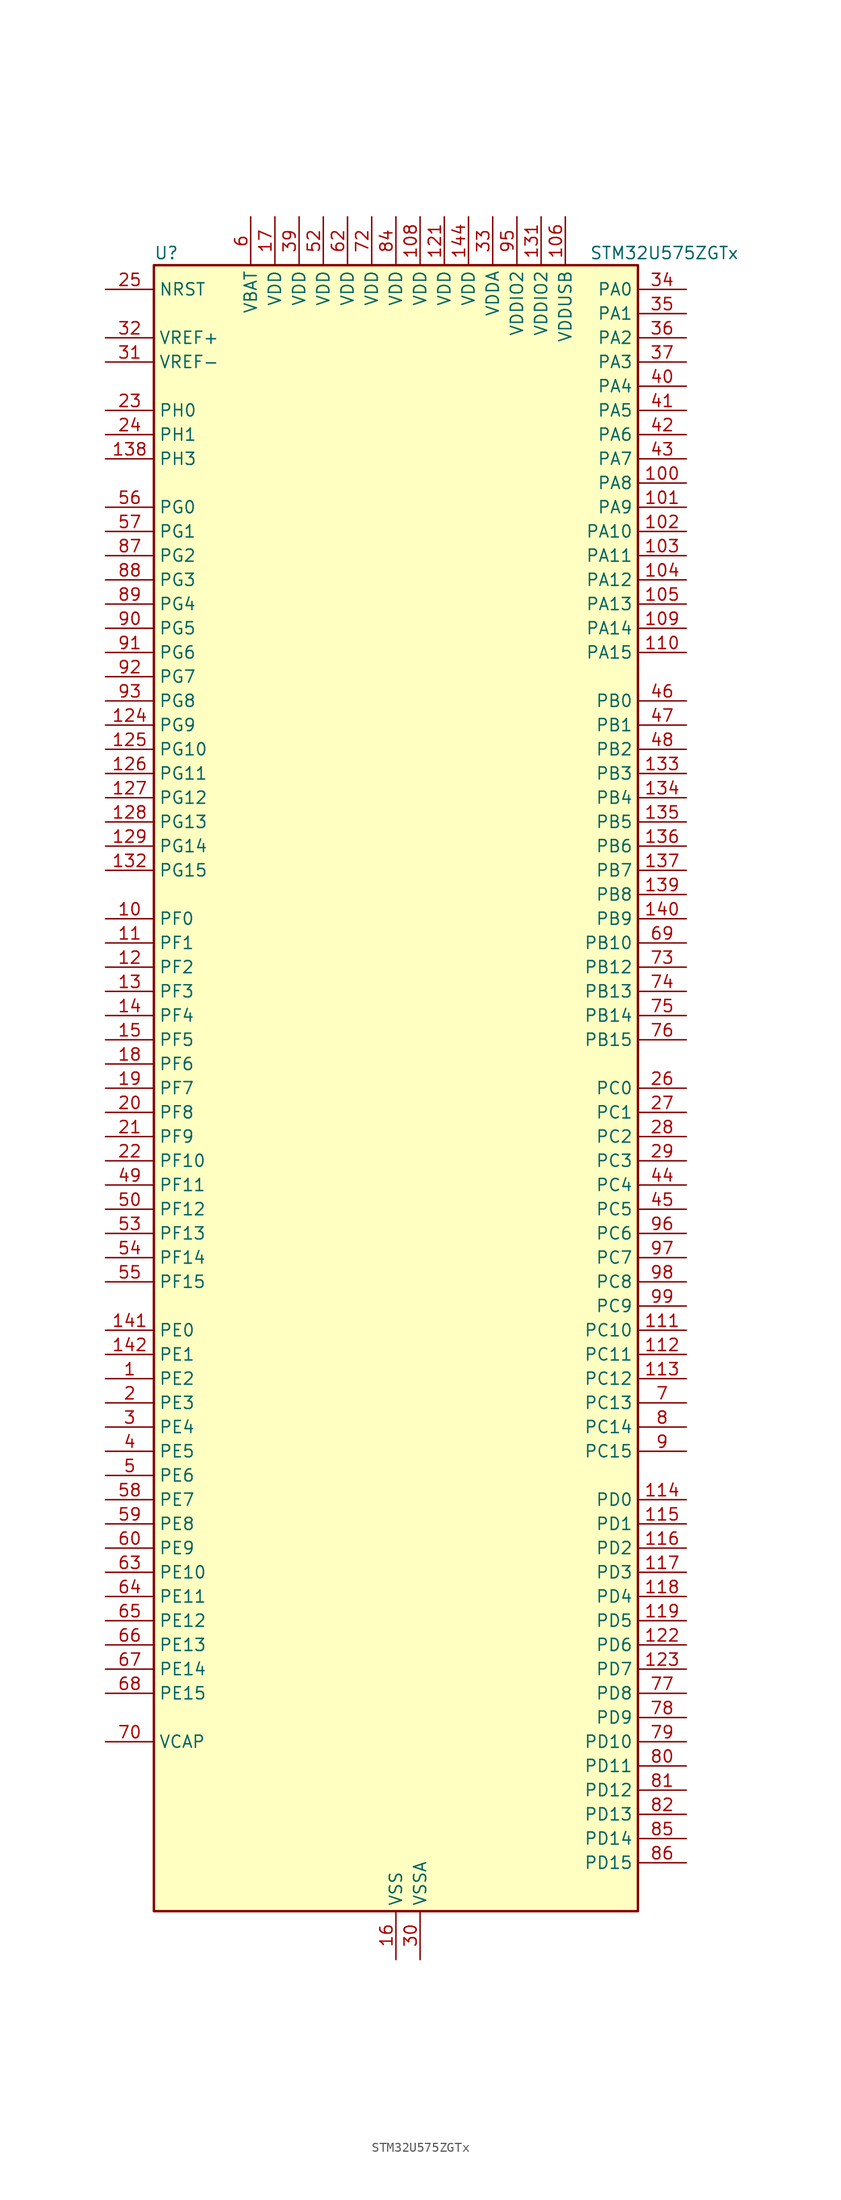
<source format=kicad_sym>
(kicad_symbol_lib
  (version 20220914)
  (generator kicad_symbol_editor)
  (symbol "STM32U575ZGTx"
    (property "Reference" "U"
      (at -25.4 87.63 0)
      (effects (font (size 1.27 1.27)) (justify left)))
    (property "Value" "STM32U575ZGTx"
      (at 20.32 87.63 0)
      (effects (font (size 1.27 1.27)) (justify left)))
    (property "ki_locked" ""
      (at 0 0 0)
      (effects (font (size 1.27 1.27))))
    (symbol "STM32U575ZGTx_0_1"
      (rectangle (start -25.4 -86.36) (end 25.4 86.36) (stroke (width 0.254) (type default)) (fill (type background))))
    (symbol "STM32U575ZGTx_1_1"
      (pin bidirectional line (at -30.48 -30.48 0) (length 5.08) (name "PE2" (effects (font (size 1.27 1.27)))) (number "1" (effects (font (size 1.27 1.27)))) (alternate "DEBUG_TRACECLK" bidirectional line) (alternate "FMC_A23" bidirectional line) (alternate "SAI1_CK1" bidirectional line) (alternate "SAI1_MCLK_A" bidirectional line) (alternate "TIM3_ETR" bidirectional line) (alternate "TSC_G7_IO1" bidirectional line))
      (pin bidirectional line (at -30.48 17.78 0) (length 5.08) (name "PF0" (effects (font (size 1.27 1.27)))) (number "10" (effects (font (size 1.27 1.27)))) (alternate "FMC_A0" bidirectional line) (alternate "I2C2_SDA" bidirectional line) (alternate "OCTOSPIM_P2_IO0" bidirectional line))
      (pin bidirectional line (at 30.48 63.5 180) (length 5.08) (name "PA8" (effects (font (size 1.27 1.27)))) (number "100" (effects (font (size 1.27 1.27)))) (alternate "DEBUG_TRACECLK" bidirectional line) (alternate "LPTIM2_CH1" bidirectional line) (alternate "RCC_MCO" bidirectional line) (alternate "SAI1_CK2" bidirectional line) (alternate "SAI1_SCK_A" bidirectional line) (alternate "SPI1_RDY" bidirectional line) (alternate "TIM1_CH1" bidirectional line) (alternate "USART1_CK" bidirectional line) (alternate "USB_OTG_FS_SOF" bidirectional line))
      (pin bidirectional line (at 30.48 60.96 180) (length 5.08) (name "PA9" (effects (font (size 1.27 1.27)))) (number "101" (effects (font (size 1.27 1.27)))) (alternate "DAC1_EXTI9" bidirectional line) (alternate "DCMI_D0" bidirectional line) (alternate "PSSI_D0" bidirectional line) (alternate "SAI1_FS_A" bidirectional line) (alternate "SPI2_SCK" bidirectional line) (alternate "TIM15_BKIN" bidirectional line) (alternate "TIM1_CH2" bidirectional line) (alternate "USART1_TX" bidirectional line) (alternate "USB_OTG_FS_VBUS" bidirectional line))
      (pin bidirectional line (at 30.48 58.42 180) (length 5.08) (name "PA10" (effects (font (size 1.27 1.27)))) (number "102" (effects (font (size 1.27 1.27)))) (alternate "CRS_SYNC" bidirectional line) (alternate "DCMI_D1" bidirectional line) (alternate "LPTIM2_IN2" bidirectional line) (alternate "PSSI_D1" bidirectional line) (alternate "SAI1_D1" bidirectional line) (alternate "SAI1_SD_A" bidirectional line) (alternate "TIM17_BKIN" bidirectional line) (alternate "TIM1_CH3" bidirectional line) (alternate "USART1_RX" bidirectional line) (alternate "USB_OTG_FS_ID" bidirectional line))
      (pin bidirectional line (at 30.48 55.88 180) (length 5.08) (name "PA11" (effects (font (size 1.27 1.27)))) (number "103" (effects (font (size 1.27 1.27)))) (alternate "ADC1_EXTI11" bidirectional line) (alternate "FDCAN1_RX" bidirectional line) (alternate "SPI1_MISO" bidirectional line) (alternate "TIM1_BKIN2" bidirectional line) (alternate "TIM1_CH4" bidirectional line) (alternate "USART1_CTS" bidirectional line) (alternate "USB_OTG_FS_DM" bidirectional line))
      (pin bidirectional line (at 30.48 53.34 180) (length 5.08) (name "PA12" (effects (font (size 1.27 1.27)))) (number "104" (effects (font (size 1.27 1.27)))) (alternate "FDCAN1_TX" bidirectional line) (alternate "OCTOSPIM_P2_NCS" bidirectional line) (alternate "SPI1_MOSI" bidirectional line) (alternate "TIM1_ETR" bidirectional line) (alternate "USART1_DE" bidirectional line) (alternate "USART1_RTS" bidirectional line) (alternate "USB_OTG_FS_DP" bidirectional line))
      (pin bidirectional line (at 30.48 50.8 180) (length 5.08) (name "PA13" (effects (font (size 1.27 1.27)))) (number "105" (effects (font (size 1.27 1.27)))) (alternate "DEBUG_JTMS-SWDIO" bidirectional line) (alternate "IR_OUT" bidirectional line) (alternate "SAI1_SD_B" bidirectional line) (alternate "USB_OTG_FS_NOE" bidirectional line))
      (pin power_in line (at 17.78 91.44 270) (length 5.08) (name "VDDUSB" (effects (font (size 1.27 1.27)))) (number "106" (effects (font (size 1.27 1.27)))))
      (pin passive line (at 0 -91.44 90) (length 5.08) hide (name "VSS" (effects (font (size 1.27 1.27)))) (number "107" (effects (font (size 1.27 1.27)))))
      (pin power_in line (at 2.54 91.44 270) (length 5.08) (name "VDD" (effects (font (size 1.27 1.27)))) (number "108" (effects (font (size 1.27 1.27)))))
      (pin bidirectional line (at 30.48 48.26 180) (length 5.08) (name "PA14" (effects (font (size 1.27 1.27)))) (number "109" (effects (font (size 1.27 1.27)))) (alternate "DEBUG_JTCK-SWCLK" bidirectional line) (alternate "I2C1_SMBA" bidirectional line) (alternate "I2C4_SMBA" bidirectional line) (alternate "LPTIM1_CH1" bidirectional line) (alternate "SAI1_FS_B" bidirectional line) (alternate "USB_OTG_FS_SOF" bidirectional line))
      (pin bidirectional line (at -30.48 15.24 0) (length 5.08) (name "PF1" (effects (font (size 1.27 1.27)))) (number "11" (effects (font (size 1.27 1.27)))) (alternate "FMC_A1" bidirectional line) (alternate "I2C2_SCL" bidirectional line) (alternate "OCTOSPIM_P2_IO1" bidirectional line))
      (pin bidirectional line (at 30.48 45.72 180) (length 5.08) (name "PA15" (effects (font (size 1.27 1.27)))) (number "110" (effects (font (size 1.27 1.27)))) (alternate "ADC1_EXTI15" bidirectional line) (alternate "ADC4_EXTI15" bidirectional line) (alternate "DEBUG_JTDI" bidirectional line) (alternate "SAI2_FS_B" bidirectional line) (alternate "SPI1_NSS" bidirectional line) (alternate "SPI3_NSS" bidirectional line) (alternate "TIM2_CH1" bidirectional line) (alternate "TIM2_ETR" bidirectional line) (alternate "UART4_DE" bidirectional line) (alternate "UART4_RTS" bidirectional line) (alternate "UCPD1_CC1" bidirectional line) (alternate "USART2_RX" bidirectional line) (alternate "USART3_DE" bidirectional line) (alternate "USART3_RTS" bidirectional line))
      (pin bidirectional line (at 30.48 -25.4 180) (length 5.08) (name "PC10" (effects (font (size 1.27 1.27)))) (number "111" (effects (font (size 1.27 1.27)))) (alternate "ADF1_CCK1" bidirectional line) (alternate "DCMI_D8" bidirectional line) (alternate "DEBUG_TRACED1" bidirectional line) (alternate "LPTIM3_ETR" bidirectional line) (alternate "PSSI_D8" bidirectional line) (alternate "SAI2_SCK_B" bidirectional line) (alternate "SDMMC1_D2" bidirectional line) (alternate "SPI3_SCK" bidirectional line) (alternate "TSC_G3_IO2" bidirectional line) (alternate "UART4_TX" bidirectional line) (alternate "USART3_TX" bidirectional line))
      (pin bidirectional line (at 30.48 -27.94 180) (length 5.08) (name "PC11" (effects (font (size 1.27 1.27)))) (number "112" (effects (font (size 1.27 1.27)))) (alternate "ADC1_EXTI11" bidirectional line) (alternate "ADF1_SDI0" bidirectional line) (alternate "DCMI_D2" bidirectional line) (alternate "DCMI_D4" bidirectional line) (alternate "LPTIM3_IN1" bidirectional line) (alternate "OCTOSPIM_P1_NCS" bidirectional line) (alternate "PSSI_D2" bidirectional line) (alternate "PSSI_D4" bidirectional line) (alternate "SAI2_MCLK_B" bidirectional line) (alternate "SDMMC1_D3" bidirectional line) (alternate "SPI3_MISO" bidirectional line) (alternate "TSC_G3_IO3" bidirectional line) (alternate "UART4_RX" bidirectional line) (alternate "UCPD1_FRSTX2" bidirectional line) (alternate "USART3_RX" bidirectional line))
      (pin bidirectional line (at 30.48 -30.48 180) (length 5.08) (name "PC12" (effects (font (size 1.27 1.27)))) (number "113" (effects (font (size 1.27 1.27)))) (alternate "DCMI_D9" bidirectional line) (alternate "DEBUG_TRACED3" bidirectional line) (alternate "PSSI_D9" bidirectional line) (alternate "SAI2_SD_B" bidirectional line) (alternate "SDMMC1_CK" bidirectional line) (alternate "SPI3_MOSI" bidirectional line) (alternate "TSC_G3_IO4" bidirectional line) (alternate "UART5_TX" bidirectional line) (alternate "USART3_CK" bidirectional line))
      (pin bidirectional line (at 30.48 -43.18 180) (length 5.08) (name "PD0" (effects (font (size 1.27 1.27)))) (number "114" (effects (font (size 1.27 1.27)))) (alternate "FDCAN1_RX" bidirectional line) (alternate "FMC_D2" bidirectional line) (alternate "FMC_DA2" bidirectional line) (alternate "SPI2_NSS" bidirectional line) (alternate "TIM8_CH4N" bidirectional line))
      (pin bidirectional line (at 30.48 -45.72 180) (length 5.08) (name "PD1" (effects (font (size 1.27 1.27)))) (number "115" (effects (font (size 1.27 1.27)))) (alternate "FDCAN1_TX" bidirectional line) (alternate "FMC_D3" bidirectional line) (alternate "FMC_DA3" bidirectional line) (alternate "SPI2_SCK" bidirectional line))
      (pin bidirectional line (at 30.48 -48.26 180) (length 5.08) (name "PD2" (effects (font (size 1.27 1.27)))) (number "116" (effects (font (size 1.27 1.27)))) (alternate "DCMI_D11" bidirectional line) (alternate "DEBUG_TRACED2" bidirectional line) (alternate "LPTIM4_ETR" bidirectional line) (alternate "PSSI_D11" bidirectional line) (alternate "SDMMC1_CMD" bidirectional line) (alternate "TIM3_ETR" bidirectional line) (alternate "TSC_SYNC" bidirectional line) (alternate "UART5_RX" bidirectional line) (alternate "USART3_DE" bidirectional line) (alternate "USART3_RTS" bidirectional line))
      (pin bidirectional line (at 30.48 -50.8 180) (length 5.08) (name "PD3" (effects (font (size 1.27 1.27)))) (number "117" (effects (font (size 1.27 1.27)))) (alternate "DCMI_D5" bidirectional line) (alternate "FMC_CLK" bidirectional line) (alternate "MDF1_SDI0" bidirectional line) (alternate "OCTOSPIM_P2_NCS" bidirectional line) (alternate "PSSI_D5" bidirectional line) (alternate "SPI2_MISO" bidirectional line) (alternate "SPI2_SCK" bidirectional line) (alternate "USART2_CTS" bidirectional line))
      (pin bidirectional line (at 30.48 -53.34 180) (length 5.08) (name "PD4" (effects (font (size 1.27 1.27)))) (number "118" (effects (font (size 1.27 1.27)))) (alternate "FMC_NOE" bidirectional line) (alternate "MDF1_CKI0" bidirectional line) (alternate "OCTOSPIM_P1_IO4" bidirectional line) (alternate "SPI2_MOSI" bidirectional line) (alternate "USART2_DE" bidirectional line) (alternate "USART2_RTS" bidirectional line))
      (pin bidirectional line (at 30.48 -55.88 180) (length 5.08) (name "PD5" (effects (font (size 1.27 1.27)))) (number "119" (effects (font (size 1.27 1.27)))) (alternate "FMC_NWE" bidirectional line) (alternate "OCTOSPIM_P1_IO5" bidirectional line) (alternate "SPI2_RDY" bidirectional line) (alternate "USART2_TX" bidirectional line))
      (pin bidirectional line (at -30.48 12.7 0) (length 5.08) (name "PF2" (effects (font (size 1.27 1.27)))) (number "12" (effects (font (size 1.27 1.27)))) (alternate "FMC_A2" bidirectional line) (alternate "I2C2_SMBA" bidirectional line) (alternate "LPTIM3_CH2" bidirectional line) (alternate "OCTOSPIM_P2_IO2" bidirectional line) (alternate "PWR_WKUP8" bidirectional line))
      (pin passive line (at 0 -91.44 90) (length 5.08) hide (name "VSS" (effects (font (size 1.27 1.27)))) (number "120" (effects (font (size 1.27 1.27)))))
      (pin power_in line (at 5.08 91.44 270) (length 5.08) (name "VDD" (effects (font (size 1.27 1.27)))) (number "121" (effects (font (size 1.27 1.27)))))
      (pin bidirectional line (at 30.48 -58.42 180) (length 5.08) (name "PD6" (effects (font (size 1.27 1.27)))) (number "122" (effects (font (size 1.27 1.27)))) (alternate "DCMI_D10" bidirectional line) (alternate "FMC_NWAIT" bidirectional line) (alternate "MDF1_SDI1" bidirectional line) (alternate "OCTOSPIM_P1_IO6" bidirectional line) (alternate "PSSI_D10" bidirectional line) (alternate "SAI1_D1" bidirectional line) (alternate "SAI1_SD_A" bidirectional line) (alternate "SDMMC2_CK" bidirectional line) (alternate "SPI3_MOSI" bidirectional line) (alternate "USART2_RX" bidirectional line))
      (pin bidirectional line (at 30.48 -60.96 180) (length 5.08) (name "PD7" (effects (font (size 1.27 1.27)))) (number "123" (effects (font (size 1.27 1.27)))) (alternate "FMC_NCE" bidirectional line) (alternate "FMC_NE1" bidirectional line) (alternate "LPTIM4_OUT" bidirectional line) (alternate "MDF1_CKI1" bidirectional line) (alternate "OCTOSPIM_P1_IO7" bidirectional line) (alternate "SDMMC2_CMD" bidirectional line) (alternate "USART2_CK" bidirectional line))
      (pin bidirectional line (at -30.48 38.1 0) (length 5.08) (name "PG9" (effects (font (size 1.27 1.27)))) (number "124" (effects (font (size 1.27 1.27)))) (alternate "DAC1_EXTI9" bidirectional line) (alternate "FMC_NCE" bidirectional line) (alternate "FMC_NE2" bidirectional line) (alternate "OCTOSPIM_P2_IO6" bidirectional line) (alternate "SAI2_SCK_A" bidirectional line) (alternate "SPI3_SCK" bidirectional line) (alternate "TIM15_CH1N" bidirectional line) (alternate "USART1_TX" bidirectional line))
      (pin bidirectional line (at -30.48 35.56 0) (length 5.08) (name "PG10" (effects (font (size 1.27 1.27)))) (number "125" (effects (font (size 1.27 1.27)))) (alternate "FMC_NE3" bidirectional line) (alternate "LPTIM1_IN1" bidirectional line) (alternate "OCTOSPIM_P2_IO7" bidirectional line) (alternate "SAI2_FS_A" bidirectional line) (alternate "SPI3_MISO" bidirectional line) (alternate "TIM15_CH1" bidirectional line) (alternate "USART1_RX" bidirectional line))
      (pin bidirectional line (at -30.48 33.02 0) (length 5.08) (name "PG11" (effects (font (size 1.27 1.27)))) (number "126" (effects (font (size 1.27 1.27)))) (alternate "ADC1_EXTI11" bidirectional line) (alternate "LPTIM1_IN2" bidirectional line) (alternate "OCTOSPIM_P1_IO5" bidirectional line) (alternate "SAI2_MCLK_A" bidirectional line) (alternate "SPI3_MOSI" bidirectional line) (alternate "TIM15_CH2" bidirectional line) (alternate "USART1_CTS" bidirectional line))
      (pin bidirectional line (at -30.48 30.48 0) (length 5.08) (name "PG12" (effects (font (size 1.27 1.27)))) (number "127" (effects (font (size 1.27 1.27)))) (alternate "FMC_NE4" bidirectional line) (alternate "LPTIM1_ETR" bidirectional line) (alternate "OCTOSPIM_P2_NCS" bidirectional line) (alternate "SAI2_SD_A" bidirectional line) (alternate "SPI3_NSS" bidirectional line) (alternate "USART1_DE" bidirectional line) (alternate "USART1_RTS" bidirectional line))
      (pin bidirectional line (at -30.48 27.94 0) (length 5.08) (name "PG13" (effects (font (size 1.27 1.27)))) (number "128" (effects (font (size 1.27 1.27)))) (alternate "FMC_A24" bidirectional line) (alternate "I2C1_SDA" bidirectional line) (alternate "SPI3_RDY" bidirectional line) (alternate "USART1_CK" bidirectional line))
      (pin bidirectional line (at -30.48 25.4 0) (length 5.08) (name "PG14" (effects (font (size 1.27 1.27)))) (number "129" (effects (font (size 1.27 1.27)))) (alternate "FMC_A25" bidirectional line) (alternate "I2C1_SCL" bidirectional line) (alternate "LPTIM1_CH2" bidirectional line))
      (pin bidirectional line (at -30.48 10.16 0) (length 5.08) (name "PF3" (effects (font (size 1.27 1.27)))) (number "13" (effects (font (size 1.27 1.27)))) (alternate "FMC_A3" bidirectional line) (alternate "LPTIM3_IN1" bidirectional line) (alternate "OCTOSPIM_P2_IO3" bidirectional line))
      (pin passive line (at 0 -91.44 90) (length 5.08) hide (name "VSS" (effects (font (size 1.27 1.27)))) (number "130" (effects (font (size 1.27 1.27)))))
      (pin power_in line (at 15.24 91.44 270) (length 5.08) (name "VDDIO2" (effects (font (size 1.27 1.27)))) (number "131" (effects (font (size 1.27 1.27)))))
      (pin bidirectional line (at -30.48 22.86 0) (length 5.08) (name "PG15" (effects (font (size 1.27 1.27)))) (number "132" (effects (font (size 1.27 1.27)))) (alternate "ADC1_EXTI15" bidirectional line) (alternate "ADC4_EXTI15" bidirectional line) (alternate "DCMI_D13" bidirectional line) (alternate "I2C1_SMBA" bidirectional line) (alternate "LPTIM1_CH1" bidirectional line) (alternate "OCTOSPIM_P2_DQS" bidirectional line) (alternate "PSSI_D13" bidirectional line))
      (pin bidirectional line (at 30.48 33.02 180) (length 5.08) (name "PB3" (effects (font (size 1.27 1.27)))) (number "133" (effects (font (size 1.27 1.27)))) (alternate "ADF1_CCK0" bidirectional line) (alternate "COMP2_INM" bidirectional line) (alternate "CRS_SYNC" bidirectional line) (alternate "DEBUG_JTDO-SWO" bidirectional line) (alternate "I2C1_SDA" bidirectional line) (alternate "LPTIM1_CH1" bidirectional line) (alternate "SAI1_SCK_B" bidirectional line) (alternate "SDMMC2_D2" bidirectional line) (alternate "SPI1_SCK" bidirectional line) (alternate "SPI3_SCK" bidirectional line) (alternate "TIM2_CH2" bidirectional line) (alternate "USART1_DE" bidirectional line) (alternate "USART1_RTS" bidirectional line))
      (pin bidirectional line (at 30.48 30.48 180) (length 5.08) (name "PB4" (effects (font (size 1.27 1.27)))) (number "134" (effects (font (size 1.27 1.27)))) (alternate "ADF1_SDI0" bidirectional line) (alternate "COMP2_INP" bidirectional line) (alternate "DCMI_D12" bidirectional line) (alternate "DEBUG_JTRST" bidirectional line) (alternate "I2C3_SDA" bidirectional line) (alternate "LPTIM1_CH2" bidirectional line) (alternate "PSSI_D12" bidirectional line) (alternate "SAI1_MCLK_B" bidirectional line) (alternate "SDMMC2_D3" bidirectional line) (alternate "SPI1_MISO" bidirectional line) (alternate "SPI3_MISO" bidirectional line) (alternate "TIM17_BKIN" bidirectional line) (alternate "TIM3_CH1" bidirectional line) (alternate "TSC_G2_IO1" bidirectional line) (alternate "UART5_DE" bidirectional line) (alternate "UART5_RTS" bidirectional line) (alternate "USART1_CTS" bidirectional line))
      (pin bidirectional line (at 30.48 27.94 180) (length 5.08) (name "PB5" (effects (font (size 1.27 1.27)))) (number "135" (effects (font (size 1.27 1.27)))) (alternate "COMP2_OUT" bidirectional line) (alternate "DCMI_D10" bidirectional line) (alternate "I2C1_SMBA" bidirectional line) (alternate "LPTIM1_IN1" bidirectional line) (alternate "OCTOSPIM_P1_NCLK" bidirectional line) (alternate "PSSI_D10" bidirectional line) (alternate "PWR_WKUP6" bidirectional line) (alternate "SAI1_SD_B" bidirectional line) (alternate "SPI1_MOSI" bidirectional line) (alternate "SPI3_MOSI" bidirectional line) (alternate "TIM16_BKIN" bidirectional line) (alternate "TIM3_CH2" bidirectional line) (alternate "TSC_G2_IO2" bidirectional line) (alternate "UART5_CTS" bidirectional line) (alternate "UCPD1_DBCC1" bidirectional line) (alternate "USART1_CK" bidirectional line))
      (pin bidirectional line (at 30.48 25.4 180) (length 5.08) (name "PB6" (effects (font (size 1.27 1.27)))) (number "136" (effects (font (size 1.27 1.27)))) (alternate "COMP2_INP" bidirectional line) (alternate "DCMI_D5" bidirectional line) (alternate "I2C1_SCL" bidirectional line) (alternate "I2C4_SCL" bidirectional line) (alternate "LPTIM1_ETR" bidirectional line) (alternate "MDF1_SDI5" bidirectional line) (alternate "PSSI_D5" bidirectional line) (alternate "PWR_WKUP3" bidirectional line) (alternate "SAI1_FS_B" bidirectional line) (alternate "TIM16_CH1N" bidirectional line) (alternate "TIM4_CH1" bidirectional line) (alternate "TIM8_BKIN2" bidirectional line) (alternate "TSC_G2_IO3" bidirectional line) (alternate "USART1_TX" bidirectional line))
      (pin bidirectional line (at 30.48 22.86 180) (length 5.08) (name "PB7" (effects (font (size 1.27 1.27)))) (number "137" (effects (font (size 1.27 1.27)))) (alternate "COMP2_INM" bidirectional line) (alternate "DCMI_VSYNC" bidirectional line) (alternate "FMC_NL" bidirectional line) (alternate "I2C1_SDA" bidirectional line) (alternate "I2C4_SDA" bidirectional line) (alternate "LPTIM1_IN2" bidirectional line) (alternate "MDF1_CKI5" bidirectional line) (alternate "PSSI_RDY" bidirectional line) (alternate "PWR_PVD_IN" bidirectional line) (alternate "PWR_WKUP4" bidirectional line) (alternate "TIM17_CH1N" bidirectional line) (alternate "TIM4_CH2" bidirectional line) (alternate "TIM8_BKIN" bidirectional line) (alternate "TSC_G2_IO4" bidirectional line) (alternate "UART4_CTS" bidirectional line) (alternate "USART1_RX" bidirectional line))
      (pin bidirectional line (at -30.48 66.04 0) (length 5.08) (name "PH3" (effects (font (size 1.27 1.27)))) (number "138" (effects (font (size 1.27 1.27)))))
      (pin bidirectional line (at 30.48 20.32 180) (length 5.08) (name "PB8" (effects (font (size 1.27 1.27)))) (number "139" (effects (font (size 1.27 1.27)))) (alternate "DCMI_D6" bidirectional line) (alternate "FDCAN1_RX" bidirectional line) (alternate "I2C1_SCL" bidirectional line) (alternate "MDF1_CCK0" bidirectional line) (alternate "PSSI_D6" bidirectional line) (alternate "PWR_WKUP5" bidirectional line) (alternate "SAI1_CK1" bidirectional line) (alternate "SAI1_MCLK_A" bidirectional line) (alternate "SDMMC1_CKIN" bidirectional line) (alternate "SDMMC1_D4" bidirectional line) (alternate "SDMMC2_D4" bidirectional line) (alternate "SPI3_RDY" bidirectional line) (alternate "TIM16_CH1" bidirectional line) (alternate "TIM4_CH3" bidirectional line))
      (pin bidirectional line (at -30.48 7.62 0) (length 5.08) (name "PF4" (effects (font (size 1.27 1.27)))) (number "14" (effects (font (size 1.27 1.27)))) (alternate "FMC_A4" bidirectional line) (alternate "LPTIM3_ETR" bidirectional line) (alternate "OCTOSPIM_P2_CLK" bidirectional line))
      (pin bidirectional line (at 30.48 17.78 180) (length 5.08) (name "PB9" (effects (font (size 1.27 1.27)))) (number "140" (effects (font (size 1.27 1.27)))) (alternate "DAC1_EXTI9" bidirectional line) (alternate "DCMI_D7" bidirectional line) (alternate "FDCAN1_TX" bidirectional line) (alternate "I2C1_SDA" bidirectional line) (alternate "IR_OUT" bidirectional line) (alternate "PSSI_D7" bidirectional line) (alternate "SAI1_D2" bidirectional line) (alternate "SAI1_FS_A" bidirectional line) (alternate "SDMMC1_CDIR" bidirectional line) (alternate "SDMMC1_D5" bidirectional line) (alternate "SDMMC2_D5" bidirectional line) (alternate "SPI2_NSS" bidirectional line) (alternate "TIM17_CH1" bidirectional line) (alternate "TIM4_CH4" bidirectional line))
      (pin bidirectional line (at -30.48 -25.4 0) (length 5.08) (name "PE0" (effects (font (size 1.27 1.27)))) (number "141" (effects (font (size 1.27 1.27)))) (alternate "DCMI_D2" bidirectional line) (alternate "FMC_NBL0" bidirectional line) (alternate "PSSI_D2" bidirectional line) (alternate "TIM16_CH1" bidirectional line) (alternate "TIM4_ETR" bidirectional line))
      (pin bidirectional line (at -30.48 -27.94 0) (length 5.08) (name "PE1" (effects (font (size 1.27 1.27)))) (number "142" (effects (font (size 1.27 1.27)))) (alternate "DCMI_D3" bidirectional line) (alternate "FMC_NBL1" bidirectional line) (alternate "PSSI_D3" bidirectional line) (alternate "TIM17_CH1" bidirectional line))
      (pin passive line (at 0 -91.44 90) (length 5.08) hide (name "VSS" (effects (font (size 1.27 1.27)))) (number "143" (effects (font (size 1.27 1.27)))))
      (pin power_in line (at 7.62 91.44 270) (length 5.08) (name "VDD" (effects (font (size 1.27 1.27)))) (number "144" (effects (font (size 1.27 1.27)))))
      (pin bidirectional line (at -30.48 5.08 0) (length 5.08) (name "PF5" (effects (font (size 1.27 1.27)))) (number "15" (effects (font (size 1.27 1.27)))) (alternate "FMC_A5" bidirectional line) (alternate "LPTIM3_CH1" bidirectional line) (alternate "OCTOSPIM_P2_NCLK" bidirectional line))
      (pin power_in line (at 0 -91.44 90) (length 5.08) (name "VSS" (effects (font (size 1.27 1.27)))) (number "16" (effects (font (size 1.27 1.27)))))
      (pin power_in line (at -12.7 91.44 270) (length 5.08) (name "VDD" (effects (font (size 1.27 1.27)))) (number "17" (effects (font (size 1.27 1.27)))))
      (pin bidirectional line (at -30.48 2.54 0) (length 5.08) (name "PF6" (effects (font (size 1.27 1.27)))) (number "18" (effects (font (size 1.27 1.27)))) (alternate "DCMI_D12" bidirectional line) (alternate "OCTOSPIM_P1_IO3" bidirectional line) (alternate "OCTOSPIM_P2_NCS" bidirectional line) (alternate "PSSI_D12" bidirectional line) (alternate "SAI1_SD_B" bidirectional line) (alternate "TIM5_CH1" bidirectional line) (alternate "TIM5_ETR" bidirectional line))
      (pin bidirectional line (at -30.48 0 0) (length 5.08) (name "PF7" (effects (font (size 1.27 1.27)))) (number "19" (effects (font (size 1.27 1.27)))) (alternate "FDCAN1_RX" bidirectional line) (alternate "OCTOSPIM_P1_IO2" bidirectional line) (alternate "SAI1_MCLK_B" bidirectional line) (alternate "TIM5_CH2" bidirectional line))
      (pin bidirectional line (at -30.48 -33.02 0) (length 5.08) (name "PE3" (effects (font (size 1.27 1.27)))) (number "2" (effects (font (size 1.27 1.27)))) (alternate "DEBUG_TRACED0" bidirectional line) (alternate "FMC_A19" bidirectional line) (alternate "OCTOSPIM_P1_DQS" bidirectional line) (alternate "SAI1_SD_B" bidirectional line) (alternate "TAMP_IN6" bidirectional line) (alternate "TAMP_OUT3" bidirectional line) (alternate "TIM3_CH1" bidirectional line) (alternate "TSC_G7_IO2" bidirectional line))
      (pin bidirectional line (at -30.48 -2.54 0) (length 5.08) (name "PF8" (effects (font (size 1.27 1.27)))) (number "20" (effects (font (size 1.27 1.27)))) (alternate "FDCAN1_TX" bidirectional line) (alternate "OCTOSPIM_P1_IO0" bidirectional line) (alternate "PSSI_D14" bidirectional line) (alternate "SAI1_SCK_B" bidirectional line) (alternate "TIM5_CH3" bidirectional line))
      (pin bidirectional line (at -30.48 -5.08 0) (length 5.08) (name "PF9" (effects (font (size 1.27 1.27)))) (number "21" (effects (font (size 1.27 1.27)))) (alternate "DAC1_EXTI9" bidirectional line) (alternate "OCTOSPIM_P1_IO1" bidirectional line) (alternate "PSSI_D15" bidirectional line) (alternate "SAI1_FS_B" bidirectional line) (alternate "TIM15_CH1" bidirectional line) (alternate "TIM5_CH4" bidirectional line))
      (pin bidirectional line (at -30.48 -7.62 0) (length 5.08) (name "PF10" (effects (font (size 1.27 1.27)))) (number "22" (effects (font (size 1.27 1.27)))) (alternate "DCMI_D11" bidirectional line) (alternate "MDF1_CCK1" bidirectional line) (alternate "OCTOSPIM_P1_CLK" bidirectional line) (alternate "PSSI_D11" bidirectional line) (alternate "PSSI_D15" bidirectional line) (alternate "SAI1_D3" bidirectional line) (alternate "TIM15_CH2" bidirectional line))
      (pin bidirectional line (at -30.48 71.12 0) (length 5.08) (name "PH0" (effects (font (size 1.27 1.27)))) (number "23" (effects (font (size 1.27 1.27)))) (alternate "RCC_OSC_IN" bidirectional line))
      (pin bidirectional line (at -30.48 68.58 0) (length 5.08) (name "PH1" (effects (font (size 1.27 1.27)))) (number "24" (effects (font (size 1.27 1.27)))) (alternate "RCC_OSC_OUT" bidirectional line))
      (pin input line (at -30.48 83.82 0) (length 5.08) (name "NRST" (effects (font (size 1.27 1.27)))) (number "25" (effects (font (size 1.27 1.27)))))
      (pin bidirectional line (at 30.48 0 180) (length 5.08) (name "PC0" (effects (font (size 1.27 1.27)))) (number "26" (effects (font (size 1.27 1.27)))) (alternate "ADC1_IN1" bidirectional line) (alternate "ADC4_IN1" bidirectional line) (alternate "I2C3_SCL" bidirectional line) (alternate "LPTIM1_IN1" bidirectional line) (alternate "LPTIM2_IN1" bidirectional line) (alternate "LPUART1_RX" bidirectional line) (alternate "MDF1_SDI4" bidirectional line) (alternate "OCTOSPIM_P1_IO7" bidirectional line) (alternate "SAI2_FS_A" bidirectional line) (alternate "SDMMC1_D5" bidirectional line) (alternate "SPI2_RDY" bidirectional line))
      (pin bidirectional line (at 30.48 -2.54 180) (length 5.08) (name "PC1" (effects (font (size 1.27 1.27)))) (number "27" (effects (font (size 1.27 1.27)))) (alternate "ADC1_IN2" bidirectional line) (alternate "ADC4_IN2" bidirectional line) (alternate "DEBUG_TRACED0" bidirectional line) (alternate "I2C3_SDA" bidirectional line) (alternate "LPTIM1_CH1" bidirectional line) (alternate "LPUART1_TX" bidirectional line) (alternate "MDF1_CKI4" bidirectional line) (alternate "OCTOSPIM_P1_IO4" bidirectional line) (alternate "SAI1_SD_A" bidirectional line) (alternate "SDMMC2_CK" bidirectional line) (alternate "SPI2_MOSI" bidirectional line))
      (pin bidirectional line (at 30.48 -5.08 180) (length 5.08) (name "PC2" (effects (font (size 1.27 1.27)))) (number "28" (effects (font (size 1.27 1.27)))) (alternate "ADC1_IN3" bidirectional line) (alternate "ADC4_IN3" bidirectional line) (alternate "LPTIM1_IN2" bidirectional line) (alternate "MDF1_CCK1" bidirectional line) (alternate "OCTOSPIM_P1_IO5" bidirectional line) (alternate "SPI2_MISO" bidirectional line))
      (pin bidirectional line (at 30.48 -7.62 180) (length 5.08) (name "PC3" (effects (font (size 1.27 1.27)))) (number "29" (effects (font (size 1.27 1.27)))) (alternate "ADC1_IN4" bidirectional line) (alternate "ADC4_IN4" bidirectional line) (alternate "LPTIM1_ETR" bidirectional line) (alternate "LPTIM2_ETR" bidirectional line) (alternate "LPTIM3_CH1" bidirectional line) (alternate "OCTOSPIM_P1_IO6" bidirectional line) (alternate "SAI1_D1" bidirectional line) (alternate "SAI1_SD_A" bidirectional line) (alternate "SPI2_MOSI" bidirectional line))
      (pin bidirectional line (at -30.48 -35.56 0) (length 5.08) (name "PE4" (effects (font (size 1.27 1.27)))) (number "3" (effects (font (size 1.27 1.27)))) (alternate "DCMI_D4" bidirectional line) (alternate "DEBUG_TRACED1" bidirectional line) (alternate "FMC_A20" bidirectional line) (alternate "MDF1_SDI3" bidirectional line) (alternate "PSSI_D4" bidirectional line) (alternate "PWR_WKUP1" bidirectional line) (alternate "SAI1_D2" bidirectional line) (alternate "SAI1_FS_A" bidirectional line) (alternate "TAMP_IN7" bidirectional line) (alternate "TAMP_OUT8" bidirectional line) (alternate "TIM3_CH2" bidirectional line) (alternate "TSC_G7_IO3" bidirectional line))
      (pin power_in line (at 2.54 -91.44 90) (length 5.08) (name "VSSA" (effects (font (size 1.27 1.27)))) (number "30" (effects (font (size 1.27 1.27)))))
      (pin input line (at -30.48 76.2 0) (length 5.08) (name "VREF-" (effects (font (size 1.27 1.27)))) (number "31" (effects (font (size 1.27 1.27)))))
      (pin input line (at -30.48 78.74 0) (length 5.08) (name "VREF+" (effects (font (size 1.27 1.27)))) (number "32" (effects (font (size 1.27 1.27)))) (alternate "VREFBUF_OUT" bidirectional line))
      (pin power_in line (at 10.16 91.44 270) (length 5.08) (name "VDDA" (effects (font (size 1.27 1.27)))) (number "33" (effects (font (size 1.27 1.27)))))
      (pin bidirectional line (at 30.48 83.82 180) (length 5.08) (name "PA0" (effects (font (size 1.27 1.27)))) (number "34" (effects (font (size 1.27 1.27)))) (alternate "ADC1_IN5" bidirectional line) (alternate "AUDIOCLK" bidirectional line) (alternate "OCTOSPIM_P2_NCS" bidirectional line) (alternate "OPAMP1_VINP" bidirectional line) (alternate "PWR_WKUP1" bidirectional line) (alternate "SDMMC2_CMD" bidirectional line) (alternate "SPI3_RDY" bidirectional line) (alternate "TAMP_IN2" bidirectional line) (alternate "TAMP_OUT1" bidirectional line) (alternate "TIM2_CH1" bidirectional line) (alternate "TIM2_ETR" bidirectional line) (alternate "TIM5_CH1" bidirectional line) (alternate "TIM8_ETR" bidirectional line) (alternate "UART4_TX" bidirectional line) (alternate "USART2_CTS" bidirectional line))
      (pin bidirectional line (at 30.48 81.28 180) (length 5.08) (name "PA1" (effects (font (size 1.27 1.27)))) (number "35" (effects (font (size 1.27 1.27)))) (alternate "ADC1_IN6" bidirectional line) (alternate "I2C1_SMBA" bidirectional line) (alternate "LPTIM1_CH2" bidirectional line) (alternate "OCTOSPIM_P1_DQS" bidirectional line) (alternate "OPAMP1_VINM" bidirectional line) (alternate "PWR_WKUP3" bidirectional line) (alternate "SPI1_SCK" bidirectional line) (alternate "TAMP_IN5" bidirectional line) (alternate "TAMP_OUT4" bidirectional line) (alternate "TIM15_CH1N" bidirectional line) (alternate "TIM2_CH2" bidirectional line) (alternate "TIM5_CH2" bidirectional line) (alternate "UART4_RX" bidirectional line) (alternate "USART2_DE" bidirectional line) (alternate "USART2_RTS" bidirectional line))
      (pin bidirectional line (at 30.48 78.74 180) (length 5.08) (name "PA2" (effects (font (size 1.27 1.27)))) (number "36" (effects (font (size 1.27 1.27)))) (alternate "ADC1_IN7" bidirectional line) (alternate "COMP1_INP" bidirectional line) (alternate "LPUART1_TX" bidirectional line) (alternate "OCTOSPIM_P1_NCS" bidirectional line) (alternate "PWR_WKUP4" bidirectional line) (alternate "RCC_LSCO" bidirectional line) (alternate "SPI1_RDY" bidirectional line) (alternate "TIM15_CH1" bidirectional line) (alternate "TIM2_CH3" bidirectional line) (alternate "TIM5_CH3" bidirectional line) (alternate "UCPD1_FRSTX1" bidirectional line) (alternate "USART2_TX" bidirectional line))
      (pin bidirectional line (at 30.48 76.2 180) (length 5.08) (name "PA3" (effects (font (size 1.27 1.27)))) (number "37" (effects (font (size 1.27 1.27)))) (alternate "ADC1_IN8" bidirectional line) (alternate "LPUART1_RX" bidirectional line) (alternate "OCTOSPIM_P1_CLK" bidirectional line) (alternate "OPAMP1_VOUT" bidirectional line) (alternate "PWR_WKUP5" bidirectional line) (alternate "SAI1_CK1" bidirectional line) (alternate "SAI1_MCLK_A" bidirectional line) (alternate "TIM15_CH2" bidirectional line) (alternate "TIM2_CH4" bidirectional line) (alternate "TIM5_CH4" bidirectional line) (alternate "USART2_RX" bidirectional line))
      (pin passive line (at 0 -91.44 90) (length 5.08) hide (name "VSS" (effects (font (size 1.27 1.27)))) (number "38" (effects (font (size 1.27 1.27)))))
      (pin power_in line (at -10.16 91.44 270) (length 5.08) (name "VDD" (effects (font (size 1.27 1.27)))) (number "39" (effects (font (size 1.27 1.27)))))
      (pin bidirectional line (at -30.48 -38.1 0) (length 5.08) (name "PE5" (effects (font (size 1.27 1.27)))) (number "4" (effects (font (size 1.27 1.27)))) (alternate "DCMI_D6" bidirectional line) (alternate "DEBUG_TRACED2" bidirectional line) (alternate "FMC_A21" bidirectional line) (alternate "MDF1_CKI3" bidirectional line) (alternate "PSSI_D6" bidirectional line) (alternate "PWR_WKUP2" bidirectional line) (alternate "SAI1_CK2" bidirectional line) (alternate "SAI1_SCK_A" bidirectional line) (alternate "TAMP_IN8" bidirectional line) (alternate "TAMP_OUT7" bidirectional line) (alternate "TIM3_CH3" bidirectional line) (alternate "TSC_G7_IO4" bidirectional line))
      (pin bidirectional line (at 30.48 73.66 180) (length 5.08) (name "PA4" (effects (font (size 1.27 1.27)))) (number "40" (effects (font (size 1.27 1.27)))) (alternate "ADC1_IN9" bidirectional line) (alternate "ADC4_IN9" bidirectional line) (alternate "DAC1_OUT1" bidirectional line) (alternate "DCMI_HSYNC" bidirectional line) (alternate "LPTIM2_CH1" bidirectional line) (alternate "OCTOSPIM_P1_NCS" bidirectional line) (alternate "PSSI_DE" bidirectional line) (alternate "PWR_WKUP2" bidirectional line) (alternate "SAI1_FS_B" bidirectional line) (alternate "SPI1_NSS" bidirectional line) (alternate "SPI3_NSS" bidirectional line) (alternate "USART2_CK" bidirectional line))
      (pin bidirectional line (at 30.48 71.12 180) (length 5.08) (name "PA5" (effects (font (size 1.27 1.27)))) (number "41" (effects (font (size 1.27 1.27)))) (alternate "ADC1_IN10" bidirectional line) (alternate "ADC4_IN10" bidirectional line) (alternate "DAC1_OUT2" bidirectional line) (alternate "LPTIM2_ETR" bidirectional line) (alternate "PSSI_D14" bidirectional line) (alternate "PWR_CSLEEP" bidirectional line) (alternate "PWR_WKUP6" bidirectional line) (alternate "SPI1_SCK" bidirectional line) (alternate "TIM2_CH1" bidirectional line) (alternate "TIM2_ETR" bidirectional line) (alternate "TIM8_CH1N" bidirectional line) (alternate "USART3_RX" bidirectional line))
      (pin bidirectional line (at 30.48 68.58 180) (length 5.08) (name "PA6" (effects (font (size 1.27 1.27)))) (number "42" (effects (font (size 1.27 1.27)))) (alternate "ADC1_IN11" bidirectional line) (alternate "ADC4_IN11" bidirectional line) (alternate "DCMI_PIXCLK" bidirectional line) (alternate "LPUART1_CTS" bidirectional line) (alternate "OCTOSPIM_P1_IO3" bidirectional line) (alternate "OPAMP2_VINP" bidirectional line) (alternate "PSSI_PDCK" bidirectional line) (alternate "PWR_CDSTOP" bidirectional line) (alternate "PWR_WKUP7" bidirectional line) (alternate "SPI1_MISO" bidirectional line) (alternate "TIM16_CH1" bidirectional line) (alternate "TIM1_BKIN" bidirectional line) (alternate "TIM3_CH1" bidirectional line) (alternate "TIM8_BKIN" bidirectional line) (alternate "USART3_CTS" bidirectional line))
      (pin bidirectional line (at 30.48 66.04 180) (length 5.08) (name "PA7" (effects (font (size 1.27 1.27)))) (number "43" (effects (font (size 1.27 1.27)))) (alternate "ADC1_IN12" bidirectional line) (alternate "ADC4_IN20" bidirectional line) (alternate "I2C3_SCL" bidirectional line) (alternate "LPTIM2_CH2" bidirectional line) (alternate "OCTOSPIM_P1_IO2" bidirectional line) (alternate "OPAMP2_VINM" bidirectional line) (alternate "PWR_SRDSTOP" bidirectional line) (alternate "PWR_WKUP8" bidirectional line) (alternate "SPI1_MOSI" bidirectional line) (alternate "TIM17_CH1" bidirectional line) (alternate "TIM1_CH1N" bidirectional line) (alternate "TIM3_CH2" bidirectional line) (alternate "TIM8_CH1N" bidirectional line) (alternate "USART3_TX" bidirectional line))
      (pin bidirectional line (at 30.48 -10.16 180) (length 5.08) (name "PC4" (effects (font (size 1.27 1.27)))) (number "44" (effects (font (size 1.27 1.27)))) (alternate "ADC1_IN13" bidirectional line) (alternate "ADC4_IN22" bidirectional line) (alternate "COMP1_INM" bidirectional line) (alternate "OCTOSPIM_P1_IO7" bidirectional line) (alternate "USART3_TX" bidirectional line))
      (pin bidirectional line (at 30.48 -12.7 180) (length 5.08) (name "PC5" (effects (font (size 1.27 1.27)))) (number "45" (effects (font (size 1.27 1.27)))) (alternate "ADC1_IN14" bidirectional line) (alternate "ADC4_IN23" bidirectional line) (alternate "COMP1_INP" bidirectional line) (alternate "PSSI_D15" bidirectional line) (alternate "PWR_WKUP5" bidirectional line) (alternate "SAI1_D3" bidirectional line) (alternate "TAMP_IN4" bidirectional line) (alternate "TAMP_OUT5" bidirectional line) (alternate "TIM1_CH4N" bidirectional line) (alternate "USART3_RX" bidirectional line))
      (pin bidirectional line (at 30.48 40.64 180) (length 5.08) (name "PB0" (effects (font (size 1.27 1.27)))) (number "46" (effects (font (size 1.27 1.27)))) (alternate "ADC1_IN15" bidirectional line) (alternate "ADC4_IN18" bidirectional line) (alternate "AUDIOCLK" bidirectional line) (alternate "COMP1_OUT" bidirectional line) (alternate "LPTIM3_CH1" bidirectional line) (alternate "OCTOSPIM_P1_IO1" bidirectional line) (alternate "OPAMP2_VOUT" bidirectional line) (alternate "SPI1_NSS" bidirectional line) (alternate "TIM1_CH2N" bidirectional line) (alternate "TIM3_CH3" bidirectional line) (alternate "TIM8_CH2N" bidirectional line) (alternate "USART3_CK" bidirectional line))
      (pin bidirectional line (at 30.48 38.1 180) (length 5.08) (name "PB1" (effects (font (size 1.27 1.27)))) (number "47" (effects (font (size 1.27 1.27)))) (alternate "ADC1_IN16" bidirectional line) (alternate "ADC4_IN19" bidirectional line) (alternate "COMP1_INM" bidirectional line) (alternate "LPTIM2_IN1" bidirectional line) (alternate "LPTIM3_CH2" bidirectional line) (alternate "LPUART1_DE" bidirectional line) (alternate "LPUART1_RTS" bidirectional line) (alternate "MDF1_SDI0" bidirectional line) (alternate "OCTOSPIM_P1_IO0" bidirectional line) (alternate "PWR_WKUP4" bidirectional line) (alternate "TIM1_CH3N" bidirectional line) (alternate "TIM3_CH4" bidirectional line) (alternate "TIM8_CH3N" bidirectional line) (alternate "USART3_DE" bidirectional line) (alternate "USART3_RTS" bidirectional line))
      (pin bidirectional line (at 30.48 35.56 180) (length 5.08) (name "PB2" (effects (font (size 1.27 1.27)))) (number "48" (effects (font (size 1.27 1.27)))) (alternate "ADC1_IN17" bidirectional line) (alternate "COMP1_INP" bidirectional line) (alternate "I2C3_SMBA" bidirectional line) (alternate "LPTIM1_CH1" bidirectional line) (alternate "MDF1_CKI0" bidirectional line) (alternate "OCTOSPIM_P1_DQS" bidirectional line) (alternate "PWR_WKUP1" bidirectional line) (alternate "RTC_OUT2" bidirectional line) (alternate "SPI1_RDY" bidirectional line) (alternate "TIM8_CH4N" bidirectional line) (alternate "UCPD1_FRSTX1" bidirectional line))
      (pin bidirectional line (at -30.48 -10.16 0) (length 5.08) (name "PF11" (effects (font (size 1.27 1.27)))) (number "49" (effects (font (size 1.27 1.27)))) (alternate "ADC1_EXTI11" bidirectional line) (alternate "DCMI_D12" bidirectional line) (alternate "LPTIM4_IN1" bidirectional line) (alternate "OCTOSPIM_P1_NCLK" bidirectional line) (alternate "PSSI_D12" bidirectional line))
      (pin bidirectional line (at -30.48 -40.64 0) (length 5.08) (name "PE6" (effects (font (size 1.27 1.27)))) (number "5" (effects (font (size 1.27 1.27)))) (alternate "DCMI_D7" bidirectional line) (alternate "DEBUG_TRACED3" bidirectional line) (alternate "FMC_A22" bidirectional line) (alternate "PSSI_D7" bidirectional line) (alternate "PWR_WKUP3" bidirectional line) (alternate "SAI1_D1" bidirectional line) (alternate "SAI1_SD_A" bidirectional line) (alternate "TAMP_IN3" bidirectional line) (alternate "TAMP_OUT6" bidirectional line) (alternate "TIM3_CH4" bidirectional line))
      (pin bidirectional line (at -30.48 -12.7 0) (length 5.08) (name "PF12" (effects (font (size 1.27 1.27)))) (number "50" (effects (font (size 1.27 1.27)))) (alternate "FMC_A6" bidirectional line) (alternate "LPTIM4_ETR" bidirectional line) (alternate "OCTOSPIM_P2_DQS" bidirectional line))
      (pin passive line (at 0 -91.44 90) (length 5.08) hide (name "VSS" (effects (font (size 1.27 1.27)))) (number "51" (effects (font (size 1.27 1.27)))))
      (pin power_in line (at -7.62 91.44 270) (length 5.08) (name "VDD" (effects (font (size 1.27 1.27)))) (number "52" (effects (font (size 1.27 1.27)))))
      (pin bidirectional line (at -30.48 -15.24 0) (length 5.08) (name "PF13" (effects (font (size 1.27 1.27)))) (number "53" (effects (font (size 1.27 1.27)))) (alternate "FMC_A7" bidirectional line) (alternate "I2C4_SMBA" bidirectional line) (alternate "LPTIM4_OUT" bidirectional line) (alternate "UCPD1_FRSTX2" bidirectional line))
      (pin bidirectional line (at -30.48 -17.78 0) (length 5.08) (name "PF14" (effects (font (size 1.27 1.27)))) (number "54" (effects (font (size 1.27 1.27)))) (alternate "ADC4_IN5" bidirectional line) (alternate "FMC_A8" bidirectional line) (alternate "I2C4_SCL" bidirectional line) (alternate "TSC_G8_IO1" bidirectional line))
      (pin bidirectional line (at -30.48 -20.32 0) (length 5.08) (name "PF15" (effects (font (size 1.27 1.27)))) (number "55" (effects (font (size 1.27 1.27)))) (alternate "ADC1_EXTI15" bidirectional line) (alternate "ADC4_EXTI15" bidirectional line) (alternate "ADC4_IN6" bidirectional line) (alternate "FMC_A9" bidirectional line) (alternate "I2C4_SDA" bidirectional line) (alternate "TSC_G8_IO2" bidirectional line))
      (pin bidirectional line (at -30.48 60.96 0) (length 5.08) (name "PG0" (effects (font (size 1.27 1.27)))) (number "56" (effects (font (size 1.27 1.27)))) (alternate "ADC4_IN7" bidirectional line) (alternate "FMC_A10" bidirectional line) (alternate "OCTOSPIM_P2_IO4" bidirectional line) (alternate "TSC_G8_IO3" bidirectional line))
      (pin bidirectional line (at -30.48 58.42 0) (length 5.08) (name "PG1" (effects (font (size 1.27 1.27)))) (number "57" (effects (font (size 1.27 1.27)))) (alternate "ADC4_IN8" bidirectional line) (alternate "FMC_A11" bidirectional line) (alternate "OCTOSPIM_P2_IO5" bidirectional line) (alternate "TSC_G8_IO4" bidirectional line))
      (pin bidirectional line (at -30.48 -43.18 0) (length 5.08) (name "PE7" (effects (font (size 1.27 1.27)))) (number "58" (effects (font (size 1.27 1.27)))) (alternate "FMC_D4" bidirectional line) (alternate "FMC_DA4" bidirectional line) (alternate "MDF1_SDI2" bidirectional line) (alternate "PWR_WKUP6" bidirectional line) (alternate "SAI1_SD_B" bidirectional line) (alternate "TIM1_ETR" bidirectional line))
      (pin bidirectional line (at -30.48 -45.72 0) (length 5.08) (name "PE8" (effects (font (size 1.27 1.27)))) (number "59" (effects (font (size 1.27 1.27)))) (alternate "FMC_D5" bidirectional line) (alternate "FMC_DA5" bidirectional line) (alternate "MDF1_CKI2" bidirectional line) (alternate "PWR_WKUP7" bidirectional line) (alternate "SAI1_SCK_B" bidirectional line) (alternate "TIM1_CH1N" bidirectional line))
      (pin power_in line (at -15.24 91.44 270) (length 5.08) (name "VBAT" (effects (font (size 1.27 1.27)))) (number "6" (effects (font (size 1.27 1.27)))))
      (pin bidirectional line (at -30.48 -48.26 0) (length 5.08) (name "PE9" (effects (font (size 1.27 1.27)))) (number "60" (effects (font (size 1.27 1.27)))) (alternate "ADF1_CCK0" bidirectional line) (alternate "DAC1_EXTI9" bidirectional line) (alternate "FMC_D6" bidirectional line) (alternate "FMC_DA6" bidirectional line) (alternate "MDF1_CCK0" bidirectional line) (alternate "OCTOSPIM_P1_NCLK" bidirectional line) (alternate "SAI1_FS_B" bidirectional line) (alternate "TIM1_CH1" bidirectional line))
      (pin passive line (at 0 -91.44 90) (length 5.08) hide (name "VSS" (effects (font (size 1.27 1.27)))) (number "61" (effects (font (size 1.27 1.27)))))
      (pin power_in line (at -5.08 91.44 270) (length 5.08) (name "VDD" (effects (font (size 1.27 1.27)))) (number "62" (effects (font (size 1.27 1.27)))))
      (pin bidirectional line (at -30.48 -50.8 0) (length 5.08) (name "PE10" (effects (font (size 1.27 1.27)))) (number "63" (effects (font (size 1.27 1.27)))) (alternate "ADF1_SDI0" bidirectional line) (alternate "FMC_D7" bidirectional line) (alternate "FMC_DA7" bidirectional line) (alternate "MDF1_SDI4" bidirectional line) (alternate "OCTOSPIM_P1_CLK" bidirectional line) (alternate "SAI1_MCLK_B" bidirectional line) (alternate "TIM1_CH2N" bidirectional line) (alternate "TSC_G5_IO1" bidirectional line))
      (pin bidirectional line (at -30.48 -53.34 0) (length 5.08) (name "PE11" (effects (font (size 1.27 1.27)))) (number "64" (effects (font (size 1.27 1.27)))) (alternate "ADC1_EXTI11" bidirectional line) (alternate "FMC_D8" bidirectional line) (alternate "FMC_DA8" bidirectional line) (alternate "MDF1_CKI4" bidirectional line) (alternate "OCTOSPIM_P1_NCS" bidirectional line) (alternate "SPI1_RDY" bidirectional line) (alternate "TIM1_CH2" bidirectional line) (alternate "TSC_G5_IO2" bidirectional line))
      (pin bidirectional line (at -30.48 -55.88 0) (length 5.08) (name "PE12" (effects (font (size 1.27 1.27)))) (number "65" (effects (font (size 1.27 1.27)))) (alternate "FMC_D9" bidirectional line) (alternate "FMC_DA9" bidirectional line) (alternate "MDF1_SDI5" bidirectional line) (alternate "OCTOSPIM_P1_IO0" bidirectional line) (alternate "SPI1_NSS" bidirectional line) (alternate "TIM1_CH3N" bidirectional line) (alternate "TSC_G5_IO3" bidirectional line))
      (pin bidirectional line (at -30.48 -58.42 0) (length 5.08) (name "PE13" (effects (font (size 1.27 1.27)))) (number "66" (effects (font (size 1.27 1.27)))) (alternate "FMC_D10" bidirectional line) (alternate "FMC_DA10" bidirectional line) (alternate "MDF1_CKI5" bidirectional line) (alternate "OCTOSPIM_P1_IO1" bidirectional line) (alternate "SPI1_SCK" bidirectional line) (alternate "TIM1_CH3" bidirectional line) (alternate "TSC_G5_IO4" bidirectional line))
      (pin bidirectional line (at -30.48 -60.96 0) (length 5.08) (name "PE14" (effects (font (size 1.27 1.27)))) (number "67" (effects (font (size 1.27 1.27)))) (alternate "FMC_D11" bidirectional line) (alternate "FMC_DA11" bidirectional line) (alternate "OCTOSPIM_P1_IO2" bidirectional line) (alternate "SPI1_MISO" bidirectional line) (alternate "TIM1_BKIN2" bidirectional line) (alternate "TIM1_CH4" bidirectional line))
      (pin bidirectional line (at -30.48 -63.5 0) (length 5.08) (name "PE15" (effects (font (size 1.27 1.27)))) (number "68" (effects (font (size 1.27 1.27)))) (alternate "ADC1_EXTI15" bidirectional line) (alternate "ADC4_EXTI15" bidirectional line) (alternate "FMC_D12" bidirectional line) (alternate "FMC_DA12" bidirectional line) (alternate "OCTOSPIM_P1_IO3" bidirectional line) (alternate "SPI1_MOSI" bidirectional line) (alternate "TIM1_BKIN" bidirectional line) (alternate "TIM1_CH4N" bidirectional line))
      (pin bidirectional line (at 30.48 15.24 180) (length 5.08) (name "PB10" (effects (font (size 1.27 1.27)))) (number "69" (effects (font (size 1.27 1.27)))) (alternate "COMP1_OUT" bidirectional line) (alternate "I2C2_SCL" bidirectional line) (alternate "I2C4_SCL" bidirectional line) (alternate "LPTIM3_CH1" bidirectional line) (alternate "LPUART1_RX" bidirectional line) (alternate "OCTOSPIM_P1_CLK" bidirectional line) (alternate "PWR_WKUP8" bidirectional line) (alternate "SAI1_SCK_A" bidirectional line) (alternate "SPI2_SCK" bidirectional line) (alternate "TIM2_CH3" bidirectional line) (alternate "TSC_SYNC" bidirectional line) (alternate "USART3_TX" bidirectional line))
      (pin bidirectional line (at 30.48 -33.02 180) (length 5.08) (name "PC13" (effects (font (size 1.27 1.27)))) (number "7" (effects (font (size 1.27 1.27)))) (alternate "PWR_WKUP2" bidirectional line) (alternate "RTC_OUT1" bidirectional line) (alternate "RTC_TS" bidirectional line) (alternate "TAMP_IN1" bidirectional line) (alternate "TAMP_OUT2" bidirectional line))
      (pin power_out line (at -30.48 -68.58 0) (length 5.08) (name "VCAP" (effects (font (size 1.27 1.27)))) (number "70" (effects (font (size 1.27 1.27)))))
      (pin passive line (at 0 -91.44 90) (length 5.08) hide (name "VSS" (effects (font (size 1.27 1.27)))) (number "71" (effects (font (size 1.27 1.27)))))
      (pin power_in line (at -2.54 91.44 270) (length 5.08) (name "VDD" (effects (font (size 1.27 1.27)))) (number "72" (effects (font (size 1.27 1.27)))))
      (pin bidirectional line (at 30.48 12.7 180) (length 5.08) (name "PB12" (effects (font (size 1.27 1.27)))) (number "73" (effects (font (size 1.27 1.27)))) (alternate "I2C2_SMBA" bidirectional line) (alternate "LPUART1_DE" bidirectional line) (alternate "LPUART1_RTS" bidirectional line) (alternate "MDF1_SDI1" bidirectional line) (alternate "OCTOSPIM_P1_NCLK" bidirectional line) (alternate "SAI2_FS_A" bidirectional line) (alternate "SPI2_NSS" bidirectional line) (alternate "TIM15_BKIN" bidirectional line) (alternate "TIM1_BKIN" bidirectional line) (alternate "TSC_G1_IO1" bidirectional line) (alternate "USART3_CK" bidirectional line))
      (pin bidirectional line (at 30.48 10.16 180) (length 5.08) (name "PB13" (effects (font (size 1.27 1.27)))) (number "74" (effects (font (size 1.27 1.27)))) (alternate "I2C2_SCL" bidirectional line) (alternate "LPTIM3_IN1" bidirectional line) (alternate "LPUART1_CTS" bidirectional line) (alternate "MDF1_CKI1" bidirectional line) (alternate "SAI2_SCK_A" bidirectional line) (alternate "SPI2_SCK" bidirectional line) (alternate "TIM15_CH1N" bidirectional line) (alternate "TIM1_CH1N" bidirectional line) (alternate "TSC_G1_IO2" bidirectional line) (alternate "USART3_CTS" bidirectional line))
      (pin bidirectional line (at 30.48 7.62 180) (length 5.08) (name "PB14" (effects (font (size 1.27 1.27)))) (number "75" (effects (font (size 1.27 1.27)))) (alternate "I2C2_SDA" bidirectional line) (alternate "LPTIM3_ETR" bidirectional line) (alternate "MDF1_SDI2" bidirectional line) (alternate "SAI2_MCLK_A" bidirectional line) (alternate "SDMMC2_D0" bidirectional line) (alternate "SPI2_MISO" bidirectional line) (alternate "TIM15_CH1" bidirectional line) (alternate "TIM1_CH2N" bidirectional line) (alternate "TIM8_CH2N" bidirectional line) (alternate "TSC_G1_IO3" bidirectional line) (alternate "UCPD1_DBCC2" bidirectional line) (alternate "USART3_DE" bidirectional line) (alternate "USART3_RTS" bidirectional line))
      (pin bidirectional line (at 30.48 5.08 180) (length 5.08) (name "PB15" (effects (font (size 1.27 1.27)))) (number "76" (effects (font (size 1.27 1.27)))) (alternate "ADC1_EXTI15" bidirectional line) (alternate "ADC4_EXTI15" bidirectional line) (alternate "FMC_NBL1" bidirectional line) (alternate "LPTIM2_IN2" bidirectional line) (alternate "MDF1_CKI2" bidirectional line) (alternate "PWR_WKUP7" bidirectional line) (alternate "RTC_REFIN" bidirectional line) (alternate "SAI2_SD_A" bidirectional line) (alternate "SDMMC2_D1" bidirectional line) (alternate "SPI2_MOSI" bidirectional line) (alternate "TIM15_CH2" bidirectional line) (alternate "TIM1_CH3N" bidirectional line) (alternate "TIM8_CH3N" bidirectional line) (alternate "UCPD1_CC2" bidirectional line))
      (pin bidirectional line (at 30.48 -63.5 180) (length 5.08) (name "PD8" (effects (font (size 1.27 1.27)))) (number "77" (effects (font (size 1.27 1.27)))) (alternate "DCMI_HSYNC" bidirectional line) (alternate "FMC_D13" bidirectional line) (alternate "FMC_DA13" bidirectional line) (alternate "PSSI_DE" bidirectional line) (alternate "USART3_TX" bidirectional line))
      (pin bidirectional line (at 30.48 -66.04 180) (length 5.08) (name "PD9" (effects (font (size 1.27 1.27)))) (number "78" (effects (font (size 1.27 1.27)))) (alternate "DAC1_EXTI9" bidirectional line) (alternate "DCMI_PIXCLK" bidirectional line) (alternate "FMC_D14" bidirectional line) (alternate "FMC_DA14" bidirectional line) (alternate "LPTIM2_IN2" bidirectional line) (alternate "LPTIM3_IN1" bidirectional line) (alternate "PSSI_PDCK" bidirectional line) (alternate "SAI2_MCLK_A" bidirectional line) (alternate "USART3_RX" bidirectional line))
      (pin bidirectional line (at 30.48 -68.58 180) (length 5.08) (name "PD10" (effects (font (size 1.27 1.27)))) (number "79" (effects (font (size 1.27 1.27)))) (alternate "FMC_D15" bidirectional line) (alternate "FMC_DA15" bidirectional line) (alternate "LPTIM2_CH2" bidirectional line) (alternate "LPTIM3_ETR" bidirectional line) (alternate "SAI2_SCK_A" bidirectional line) (alternate "TSC_G6_IO1" bidirectional line) (alternate "USART3_CK" bidirectional line))
      (pin bidirectional line (at 30.48 -35.56 180) (length 5.08) (name "PC14" (effects (font (size 1.27 1.27)))) (number "8" (effects (font (size 1.27 1.27)))) (alternate "RCC_OSC32_IN" bidirectional line))
      (pin bidirectional line (at 30.48 -71.12 180) (length 5.08) (name "PD11" (effects (font (size 1.27 1.27)))) (number "80" (effects (font (size 1.27 1.27)))) (alternate "ADC1_EXTI11" bidirectional line) (alternate "ADC4_IN15" bidirectional line) (alternate "FMC_A16" bidirectional line) (alternate "FMC_CLE" bidirectional line) (alternate "I2C4_SMBA" bidirectional line) (alternate "LPTIM2_ETR" bidirectional line) (alternate "SAI2_SD_A" bidirectional line) (alternate "TSC_G6_IO2" bidirectional line) (alternate "USART3_CTS" bidirectional line))
      (pin bidirectional line (at 30.48 -73.66 180) (length 5.08) (name "PD12" (effects (font (size 1.27 1.27)))) (number "81" (effects (font (size 1.27 1.27)))) (alternate "ADC4_IN16" bidirectional line) (alternate "FMC_A17" bidirectional line) (alternate "FMC_ALE" bidirectional line) (alternate "I2C4_SCL" bidirectional line) (alternate "LPTIM2_IN1" bidirectional line) (alternate "SAI2_FS_A" bidirectional line) (alternate "TIM4_CH1" bidirectional line) (alternate "TSC_G6_IO3" bidirectional line) (alternate "USART3_DE" bidirectional line) (alternate "USART3_RTS" bidirectional line))
      (pin bidirectional line (at 30.48 -76.2 180) (length 5.08) (name "PD13" (effects (font (size 1.27 1.27)))) (number "82" (effects (font (size 1.27 1.27)))) (alternate "ADC4_IN17" bidirectional line) (alternate "FMC_A18" bidirectional line) (alternate "I2C4_SDA" bidirectional line) (alternate "LPTIM2_CH1" bidirectional line) (alternate "LPTIM4_IN1" bidirectional line) (alternate "TIM4_CH2" bidirectional line) (alternate "TSC_G6_IO4" bidirectional line))
      (pin passive line (at 0 -91.44 90) (length 5.08) hide (name "VSS" (effects (font (size 1.27 1.27)))) (number "83" (effects (font (size 1.27 1.27)))))
      (pin power_in line (at 0 91.44 270) (length 5.08) (name "VDD" (effects (font (size 1.27 1.27)))) (number "84" (effects (font (size 1.27 1.27)))))
      (pin bidirectional line (at 30.48 -78.74 180) (length 5.08) (name "PD14" (effects (font (size 1.27 1.27)))) (number "85" (effects (font (size 1.27 1.27)))) (alternate "FMC_D0" bidirectional line) (alternate "FMC_DA0" bidirectional line) (alternate "LPTIM3_CH1" bidirectional line) (alternate "TIM4_CH3" bidirectional line))
      (pin bidirectional line (at 30.48 -81.28 180) (length 5.08) (name "PD15" (effects (font (size 1.27 1.27)))) (number "86" (effects (font (size 1.27 1.27)))) (alternate "ADC1_EXTI15" bidirectional line) (alternate "ADC4_EXTI15" bidirectional line) (alternate "FMC_D1" bidirectional line) (alternate "FMC_DA1" bidirectional line) (alternate "LPTIM3_CH2" bidirectional line) (alternate "TIM4_CH4" bidirectional line))
      (pin bidirectional line (at -30.48 55.88 0) (length 5.08) (name "PG2" (effects (font (size 1.27 1.27)))) (number "87" (effects (font (size 1.27 1.27)))) (alternate "FMC_A12" bidirectional line) (alternate "SAI2_SCK_B" bidirectional line) (alternate "SPI1_SCK" bidirectional line))
      (pin bidirectional line (at -30.48 53.34 0) (length 5.08) (name "PG3" (effects (font (size 1.27 1.27)))) (number "88" (effects (font (size 1.27 1.27)))) (alternate "FMC_A13" bidirectional line) (alternate "SAI2_FS_B" bidirectional line) (alternate "SPI1_MISO" bidirectional line))
      (pin bidirectional line (at -30.48 50.8 0) (length 5.08) (name "PG4" (effects (font (size 1.27 1.27)))) (number "89" (effects (font (size 1.27 1.27)))) (alternate "FMC_A14" bidirectional line) (alternate "SAI2_MCLK_B" bidirectional line) (alternate "SPI1_MOSI" bidirectional line))
      (pin bidirectional line (at 30.48 -38.1 180) (length 5.08) (name "PC15" (effects (font (size 1.27 1.27)))) (number "9" (effects (font (size 1.27 1.27)))) (alternate "ADC1_EXTI15" bidirectional line) (alternate "ADC4_EXTI15" bidirectional line) (alternate "RCC_OSC32_OUT" bidirectional line))
      (pin bidirectional line (at -30.48 48.26 0) (length 5.08) (name "PG5" (effects (font (size 1.27 1.27)))) (number "90" (effects (font (size 1.27 1.27)))) (alternate "FMC_A15" bidirectional line) (alternate "LPUART1_CTS" bidirectional line) (alternate "SAI2_SD_B" bidirectional line) (alternate "SPI1_NSS" bidirectional line))
      (pin bidirectional line (at -30.48 45.72 0) (length 5.08) (name "PG6" (effects (font (size 1.27 1.27)))) (number "91" (effects (font (size 1.27 1.27)))) (alternate "I2C3_SMBA" bidirectional line) (alternate "LPUART1_DE" bidirectional line) (alternate "LPUART1_RTS" bidirectional line) (alternate "OCTOSPIM_P1_DQS" bidirectional line) (alternate "SPI1_RDY" bidirectional line) (alternate "UCPD1_FRSTX1" bidirectional line))
      (pin bidirectional line (at -30.48 43.18 0) (length 5.08) (name "PG7" (effects (font (size 1.27 1.27)))) (number "92" (effects (font (size 1.27 1.27)))) (alternate "FMC_INT" bidirectional line) (alternate "I2C3_SCL" bidirectional line) (alternate "LPUART1_TX" bidirectional line) (alternate "MDF1_CCK0" bidirectional line) (alternate "OCTOSPIM_P2_DQS" bidirectional line) (alternate "SAI1_CK1" bidirectional line) (alternate "SAI1_MCLK_A" bidirectional line) (alternate "UCPD1_FRSTX2" bidirectional line))
      (pin bidirectional line (at -30.48 40.64 0) (length 5.08) (name "PG8" (effects (font (size 1.27 1.27)))) (number "93" (effects (font (size 1.27 1.27)))) (alternate "I2C3_SDA" bidirectional line) (alternate "LPUART1_RX" bidirectional line))
      (pin passive line (at 0 -91.44 90) (length 5.08) hide (name "VSS" (effects (font (size 1.27 1.27)))) (number "94" (effects (font (size 1.27 1.27)))))
      (pin power_in line (at 12.7 91.44 270) (length 5.08) (name "VDDIO2" (effects (font (size 1.27 1.27)))) (number "95" (effects (font (size 1.27 1.27)))))
      (pin bidirectional line (at 30.48 -15.24 180) (length 5.08) (name "PC6" (effects (font (size 1.27 1.27)))) (number "96" (effects (font (size 1.27 1.27)))) (alternate "DCMI_D0" bidirectional line) (alternate "MDF1_CKI3" bidirectional line) (alternate "PSSI_D0" bidirectional line) (alternate "PWR_CSLEEP" bidirectional line) (alternate "SAI2_MCLK_A" bidirectional line) (alternate "SDMMC1_D0DIR" bidirectional line) (alternate "SDMMC1_D6" bidirectional line) (alternate "SDMMC2_D6" bidirectional line) (alternate "TIM3_CH1" bidirectional line) (alternate "TIM8_CH1" bidirectional line) (alternate "TSC_G4_IO1" bidirectional line))
      (pin bidirectional line (at 30.48 -17.78 180) (length 5.08) (name "PC7" (effects (font (size 1.27 1.27)))) (number "97" (effects (font (size 1.27 1.27)))) (alternate "DCMI_D1" bidirectional line) (alternate "LPTIM2_CH2" bidirectional line) (alternate "MDF1_SDI3" bidirectional line) (alternate "PSSI_D1" bidirectional line) (alternate "PWR_CDSTOP" bidirectional line) (alternate "SAI2_MCLK_B" bidirectional line) (alternate "SDMMC1_D123DIR" bidirectional line) (alternate "SDMMC1_D7" bidirectional line) (alternate "SDMMC2_D7" bidirectional line) (alternate "TIM3_CH2" bidirectional line) (alternate "TIM8_CH2" bidirectional line) (alternate "TSC_G4_IO2" bidirectional line))
      (pin bidirectional line (at 30.48 -20.32 180) (length 5.08) (name "PC8" (effects (font (size 1.27 1.27)))) (number "98" (effects (font (size 1.27 1.27)))) (alternate "DCMI_D2" bidirectional line) (alternate "LPTIM3_CH1" bidirectional line) (alternate "PSSI_D2" bidirectional line) (alternate "PWR_SRDSTOP" bidirectional line) (alternate "SDMMC1_D0" bidirectional line) (alternate "TIM3_CH3" bidirectional line) (alternate "TIM8_CH3" bidirectional line) (alternate "TSC_G4_IO3" bidirectional line))
      (pin bidirectional line (at 30.48 -22.86 180) (length 5.08) (name "PC9" (effects (font (size 1.27 1.27)))) (number "99" (effects (font (size 1.27 1.27)))) (alternate "DAC1_EXTI9" bidirectional line) (alternate "DCMI_D3" bidirectional line) (alternate "DEBUG_TRACED0" bidirectional line) (alternate "LPTIM3_CH2" bidirectional line) (alternate "PSSI_D3" bidirectional line) (alternate "SDMMC1_D1" bidirectional line) (alternate "TIM3_CH4" bidirectional line) (alternate "TIM8_BKIN2" bidirectional line) (alternate "TIM8_CH4" bidirectional line) (alternate "TSC_G4_IO4" bidirectional line) (alternate "USB_OTG_FS_NOE" bidirectional line)))))
</source>
